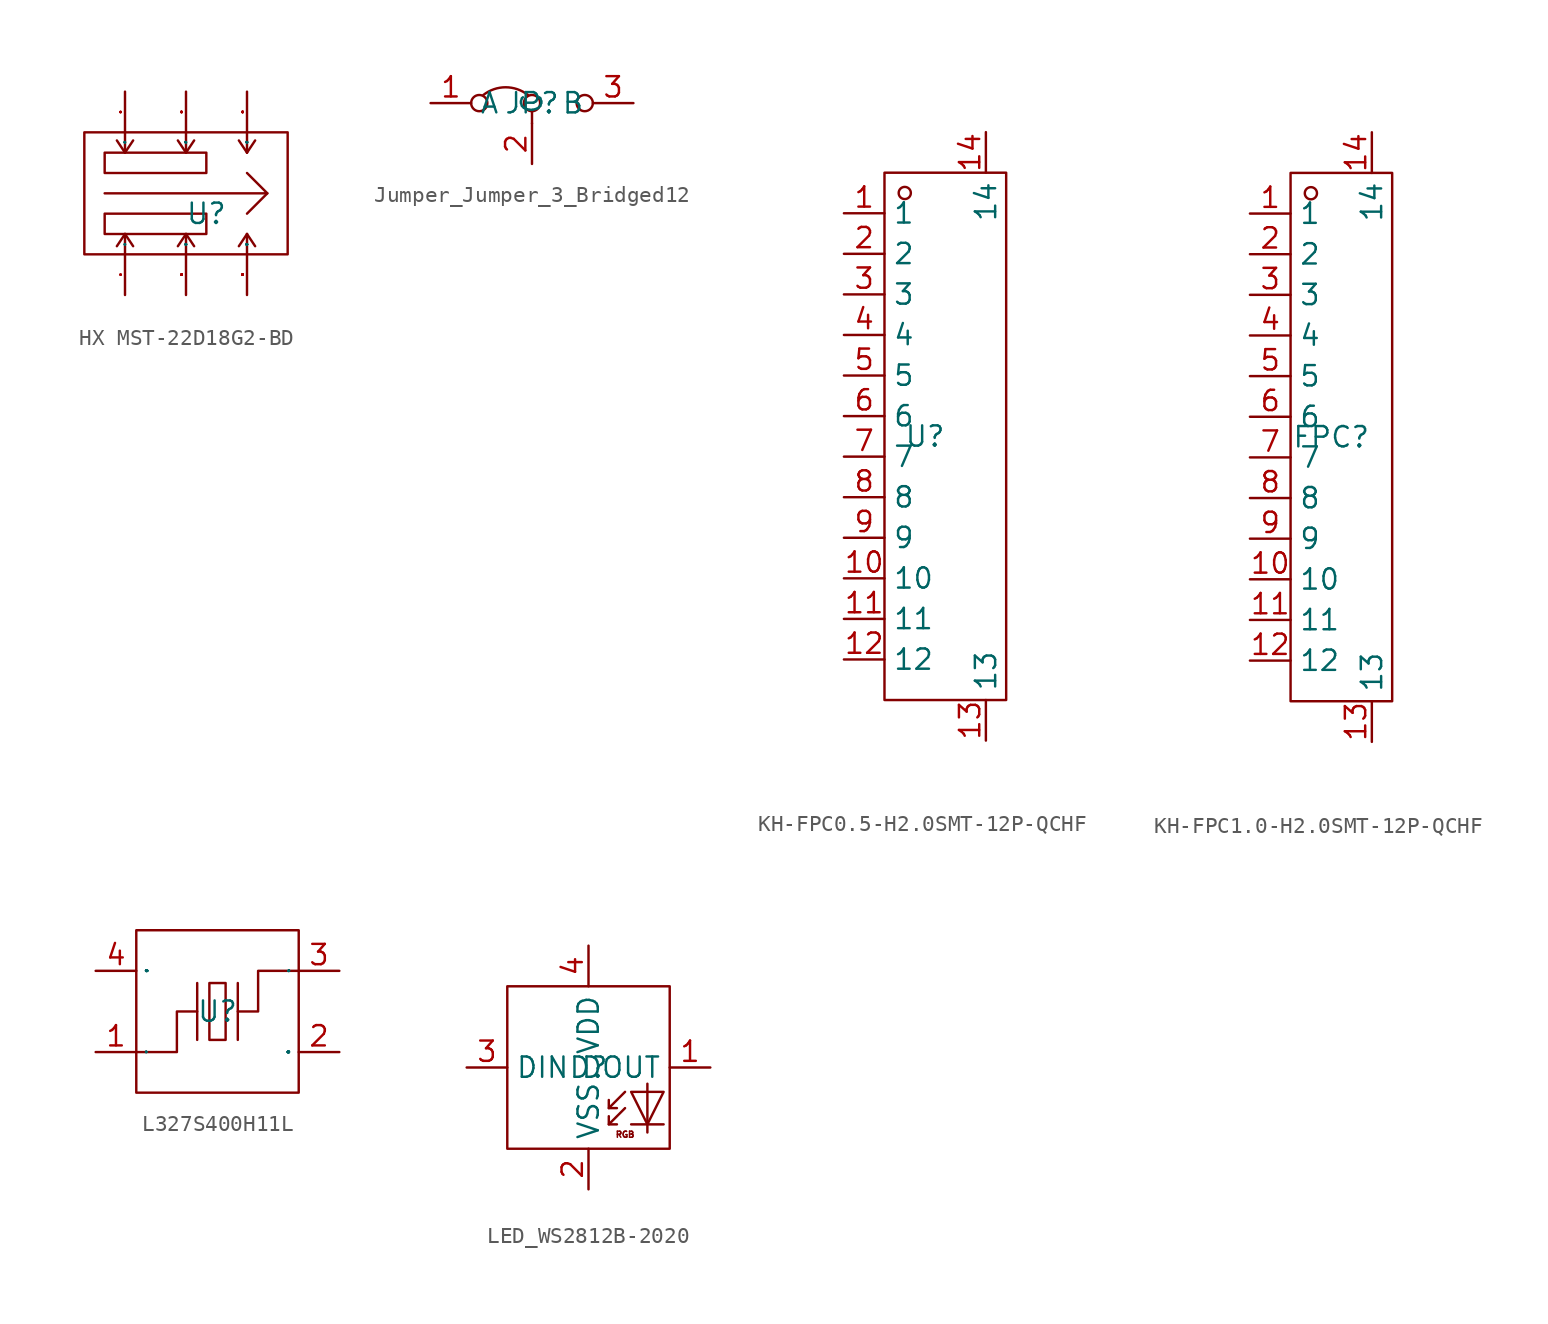
<source format=kicad_sym>
(kicad_symbol_lib
  (version 20241209)
  (generator "kicad_symbol_editor")
  (generator_version "9.0")
  (symbol "HX MST-22D18G2-BD"
    (property "Reference" "U"
      (at 0 0 0)
      (effects (font (size 1.27 1.27))))
    (property "Value" ""
      (at 0 0 0)
      (effects (font (size 1.27 1.27))))
    (symbol "HX MST-22D18G2-BD_1_0"
      (rectangle (start -7.62 -2.54) (end 5.08 5.08) (stroke (width 0) (type default)) (fill (type none)))
      (rectangle (start -6.35 2.54) (end 0 3.81) (stroke (width 0) (type default)) (fill (type none)))
      (polyline (pts (xy -6.35 1.27) (xy 3.81 1.27) (xy 3.81 1.27) (xy 2.54 2.54)) (stroke (width 0) (type default)) (fill (type none)))
      (rectangle (start -6.35 -1.27) (end 0 0) (stroke (width 0) (type default)) (fill (type none)))
      (polyline (pts (xy -5.08 5.08) (xy -5.08 3.81)) (stroke (width 0) (type default)) (fill (type none)))
      (polyline (pts (xy -5.08 3.81) (xy -5.588 4.572)) (stroke (width 0) (type default)) (fill (type none)))
      (polyline (pts (xy -5.08 3.81) (xy -4.572 4.572)) (stroke (width 0) (type default)) (fill (type none)))
      (polyline (pts (xy -5.08 -1.27) (xy -5.588 -2.032)) (stroke (width 0) (type default)) (fill (type none)))
      (polyline (pts (xy -5.08 -1.27) (xy -4.572 -2.032)) (stroke (width 0) (type default)) (fill (type none)))
      (polyline (pts (xy -5.08 -2.54) (xy -5.08 -1.27)) (stroke (width 0) (type default)) (fill (type none)))
      (polyline (pts (xy -1.27 5.08) (xy -1.27 3.81)) (stroke (width 0) (type default)) (fill (type none)))
      (polyline (pts (xy -1.27 3.81) (xy -1.778 4.572)) (stroke (width 0) (type default)) (fill (type none)))
      (polyline (pts (xy -1.27 3.81) (xy -0.762 4.572)) (stroke (width 0) (type default)) (fill (type none)))
      (polyline (pts (xy -1.27 -1.27) (xy -1.778 -2.032)) (stroke (width 0) (type default)) (fill (type none)))
      (polyline (pts (xy -1.27 -1.27) (xy -0.762 -2.032)) (stroke (width 0) (type default)) (fill (type none)))
      (polyline (pts (xy -1.27 -2.54) (xy -1.27 -1.27)) (stroke (width 0) (type default)) (fill (type none)))
      (polyline (pts (xy 2.54 5.08) (xy 2.54 3.81)) (stroke (width 0) (type default)) (fill (type none)))
      (polyline (pts (xy 2.54 3.81) (xy 2.032 4.572)) (stroke (width 0) (type default)) (fill (type none)))
      (polyline (pts (xy 2.54 3.81) (xy 3.048 4.572)) (stroke (width 0) (type default)) (fill (type none)))
      (polyline (pts (xy 2.54 -1.27) (xy 2.032 -2.032)) (stroke (width 0) (type default)) (fill (type none)))
      (polyline (pts (xy 2.54 -1.27) (xy 3.048 -2.032)) (stroke (width 0) (type default)) (fill (type none)))
      (polyline (pts (xy 2.54 -2.54) (xy 2.54 -1.27)) (stroke (width 0) (type default)) (fill (type none)))
      (polyline (pts (xy 3.81 1.27) (xy 2.54 0)) (stroke (width 0) (type default)) (fill (type none)))
      (pin unspecified line (at -5.08 7.62 270) (length 2.54) (name "1" (effects (font (size 0.025 0.025)))) (number "1" (effects (font (size 0.025 0.025)))))
      (pin unspecified line (at -5.08 -5.08 90) (length 2.54) (name "4" (effects (font (size 0.025 0.025)))) (number "4" (effects (font (size 0.025 0.025)))))
      (pin unspecified line (at -1.27 7.62 270) (length 2.54) (name "2" (effects (font (size 0.025 0.025)))) (number "2" (effects (font (size 0.025 0.025)))))
      (pin unspecified line (at -1.27 -5.08 90) (length 2.54) (name "5" (effects (font (size 0.025 0.025)))) (number "5" (effects (font (size 0.025 0.025)))))
      (pin unspecified line (at 2.54 7.62 270) (length 2.54) (name "3" (effects (font (size 0.025 0.025)))) (number "3" (effects (font (size 0.025 0.025)))))
      (pin unspecified line (at 2.54 -5.08 90) (length 2.54) (name "6" (effects (font (size 0.025 0.025)))) (number "6" (effects (font (size 0.025 0.025)))))))
  (symbol "Jumper_Jumper_3_Bridged12"
    (property "Reference" "JP"
      (at 0 0 0)
      (effects (font (size 1.27 1.27))))
    (symbol "Jumper_Jumper_3_Bridged12_1_0"
      (circle (center -3.302 0) (radius 0.508) (stroke (width 0) (type default)) (fill (type none)))
      (arc (start -3.048 0.508) (mid -1.651 0.9906) (end -0.254 0.508) (stroke (width 0) (type default)) (fill (type none)))
      (circle (center 0 0) (radius 0.508) (stroke (width 0) (type default)) (fill (type none)))
      (polyline (pts (xy 0 -1.27) (xy 0 -0.508)) (stroke (width 0) (type default)) (fill (type none)))
      (circle (center 3.302 0) (radius 0.508) (stroke (width 0) (type default)) (fill (type none)))
      (pin unspecified line (at -6.35 0 0) (length 2.54) (name "A" (effects (font (size 1.27 1.27)))) (number "1" (effects (font (size 1.27 1.27)))))
      (pin unspecified line (at 0 -3.81 90) (length 2.54) (name "C" (effects (font (size 1.27 1.27)))) (number "2" (effects (font (size 1.27 1.27)))))
      (pin unspecified line (at 6.35 0 180) (length 2.54) (name "B" (effects (font (size 1.27 1.27)))) (number "3" (effects (font (size 1.27 1.27)))))))
  (symbol "KH-FPC0.5-H2.0SMT-12P-QCHF"
    (property "Reference" "U"
      (at 0 0 0)
      (effects (font (size 1.27 1.27))))
    (property "Value" ""
      (at 0 0 0)
      (effects (font (size 1.27 1.27))))
    (symbol "KH-FPC0.5-H2.0SMT-12P-QCHF_1_0"
      (rectangle (start -2.54 -16.51) (end 5.08 16.51) (stroke (width 0) (type default)) (fill (type none)))
      (circle (center -1.27 15.24) (radius 0.381) (stroke (width 0) (type default)) (fill (type none)))
      (pin unspecified line (at -5.08 13.97 0) (length 2.54) (name "1" (effects (font (size 1.27 1.27)))) (number "1" (effects (font (size 1.27 1.27)))))
      (pin unspecified line (at -5.08 11.43 0) (length 2.54) (name "2" (effects (font (size 1.27 1.27)))) (number "2" (effects (font (size 1.27 1.27)))))
      (pin unspecified line (at -5.08 8.89 0) (length 2.54) (name "3" (effects (font (size 1.27 1.27)))) (number "3" (effects (font (size 1.27 1.27)))))
      (pin unspecified line (at -5.08 6.35 0) (length 2.54) (name "4" (effects (font (size 1.27 1.27)))) (number "4" (effects (font (size 1.27 1.27)))))
      (pin unspecified line (at -5.08 3.81 0) (length 2.54) (name "5" (effects (font (size 1.27 1.27)))) (number "5" (effects (font (size 1.27 1.27)))))
      (pin unspecified line (at -5.08 1.27 0) (length 2.54) (name "6" (effects (font (size 1.27 1.27)))) (number "6" (effects (font (size 1.27 1.27)))))
      (pin unspecified line (at -5.08 -1.27 0) (length 2.54) (name "7" (effects (font (size 1.27 1.27)))) (number "7" (effects (font (size 1.27 1.27)))))
      (pin unspecified line (at -5.08 -3.81 0) (length 2.54) (name "8" (effects (font (size 1.27 1.27)))) (number "8" (effects (font (size 1.27 1.27)))))
      (pin unspecified line (at -5.08 -6.35 0) (length 2.54) (name "9" (effects (font (size 1.27 1.27)))) (number "9" (effects (font (size 1.27 1.27)))))
      (pin unspecified line (at -5.08 -8.89 0) (length 2.54) (name "10" (effects (font (size 1.27 1.27)))) (number "10" (effects (font (size 1.27 1.27)))))
      (pin unspecified line (at -5.08 -11.43 0) (length 2.54) (name "11" (effects (font (size 1.27 1.27)))) (number "11" (effects (font (size 1.27 1.27)))))
      (pin unspecified line (at -5.08 -13.97 0) (length 2.54) (name "12" (effects (font (size 1.27 1.27)))) (number "12" (effects (font (size 1.27 1.27)))))
      (pin unspecified line (at 3.81 19.05 270) (length 2.54) (name "14" (effects (font (size 1.27 1.27)))) (number "14" (effects (font (size 1.27 1.27)))))
      (pin unspecified line (at 3.81 -19.05 90) (length 2.54) (name "13" (effects (font (size 1.27 1.27)))) (number "13" (effects (font (size 1.27 1.27)))))))
  (symbol "KH-FPC1.0-H2.0SMT-12P-QCHF"
    (property "Reference" "FPC"
      (at 0 0 0)
      (effects (font (size 1.27 1.27))))
    (property "Value" ""
      (at 0 0 0)
      (effects (font (size 1.27 1.27))))
    (symbol "KH-FPC1.0-H2.0SMT-12P-QCHF_1_0"
      (rectangle (start -2.54 -16.51) (end 3.81 16.51) (stroke (width 0) (type default)) (fill (type none)))
      (circle (center -1.27 15.24) (radius 0.381) (stroke (width 0) (type default)) (fill (type none)))
      (pin unspecified line (at -5.08 13.97 0) (length 2.54) (name "1" (effects (font (size 1.27 1.27)))) (number "1" (effects (font (size 1.27 1.27)))))
      (pin unspecified line (at -5.08 11.43 0) (length 2.54) (name "2" (effects (font (size 1.27 1.27)))) (number "2" (effects (font (size 1.27 1.27)))))
      (pin unspecified line (at -5.08 8.89 0) (length 2.54) (name "3" (effects (font (size 1.27 1.27)))) (number "3" (effects (font (size 1.27 1.27)))))
      (pin unspecified line (at -5.08 6.35 0) (length 2.54) (name "4" (effects (font (size 1.27 1.27)))) (number "4" (effects (font (size 1.27 1.27)))))
      (pin unspecified line (at -5.08 3.81 0) (length 2.54) (name "5" (effects (font (size 1.27 1.27)))) (number "5" (effects (font (size 1.27 1.27)))))
      (pin unspecified line (at -5.08 1.27 0) (length 2.54) (name "6" (effects (font (size 1.27 1.27)))) (number "6" (effects (font (size 1.27 1.27)))))
      (pin unspecified line (at -5.08 -1.27 0) (length 2.54) (name "7" (effects (font (size 1.27 1.27)))) (number "7" (effects (font (size 1.27 1.27)))))
      (pin unspecified line (at -5.08 -3.81 0) (length 2.54) (name "8" (effects (font (size 1.27 1.27)))) (number "8" (effects (font (size 1.27 1.27)))))
      (pin unspecified line (at -5.08 -6.35 0) (length 2.54) (name "9" (effects (font (size 1.27 1.27)))) (number "9" (effects (font (size 1.27 1.27)))))
      (pin unspecified line (at -5.08 -8.89 0) (length 2.54) (name "10" (effects (font (size 1.27 1.27)))) (number "10" (effects (font (size 1.27 1.27)))))
      (pin unspecified line (at -5.08 -11.43 0) (length 2.54) (name "11" (effects (font (size 1.27 1.27)))) (number "11" (effects (font (size 1.27 1.27)))))
      (pin unspecified line (at -5.08 -13.97 0) (length 2.54) (name "12" (effects (font (size 1.27 1.27)))) (number "12" (effects (font (size 1.27 1.27)))))
      (pin unspecified line (at 2.54 19.05 270) (length 2.54) (name "14" (effects (font (size 1.27 1.27)))) (number "14" (effects (font (size 1.27 1.27)))))
      (pin unspecified line (at 2.54 -19.05 90) (length 2.54) (name "13" (effects (font (size 1.27 1.27)))) (number "13" (effects (font (size 1.27 1.27)))))))
  (symbol "L327S400H11L"
    (property "Reference" "U"
      (at 0 0 0)
      (effects (font (size 1.27 1.27))))
    (symbol "L327S400H11L_1_0"
      (rectangle (start -5.08 5.08) (end 5.08 -5.08) (stroke (width 0) (type default)) (fill (type none)))
      (polyline (pts (xy -5.08 -2.54) (xy -2.54 -2.54) (xy -2.54 -2.54) (xy -2.54 0) (xy -2.54 0) (xy -1.27 0)) (stroke (width 0) (type default)) (fill (type none)))
      (polyline (pts (xy -1.27 -1.778) (xy -1.27 1.778)) (stroke (width 0) (type default)) (fill (type none)))
      (rectangle (start -0.508 1.778) (end 0.508 -1.778) (stroke (width 0) (type default)) (fill (type none)))
      (polyline (pts (xy 1.27 -1.778) (xy 1.27 1.778)) (stroke (width 0) (type default)) (fill (type none)))
      (polyline (pts (xy 5.08 2.54) (xy 2.54 2.54) (xy 2.54 2.54) (xy 2.54 0) (xy 2.54 0) (xy 1.27 0)) (stroke (width 0) (type default)) (fill (type none)))
      (pin input line (at -7.62 2.54 0) (length 2.54) (name "GND" (effects (font (size 0.025 0.025)))) (number "4" (effects (font (size 1.27 1.27)))))
      (pin input line (at -7.62 -2.54 0) (length 2.54) (name "1" (effects (font (size 0.025 0.025)))) (number "1" (effects (font (size 1.27 1.27)))))
      (pin input line (at 7.62 2.54 180) (length 2.54) (name "3" (effects (font (size 0.025 0.025)))) (number "3" (effects (font (size 1.27 1.27)))))
      (pin input line (at 7.62 -2.54 180) (length 2.54) (name "GND" (effects (font (size 0.025 0.025)))) (number "2" (effects (font (size 1.27 1.27)))))))
  (symbol "LED_WS2812B-2020"
    (property "Reference" "D"
      (at 0 0 0)
      (effects (font (size 1.27 1.27))))
    (symbol "LED_WS2812B-2020_1_0"
      (rectangle (start -5.08 5.08) (end 5.08 -5.08) (stroke (width 0) (type default)) (fill (type none)))
      (polyline (pts (xy 1.27 -2.54) (xy 1.778 -2.54)) (stroke (width 0) (type default)) (fill (type none)))
      (polyline (pts (xy 1.27 -3.556) (xy 1.778 -3.556)) (stroke (width 0) (type default)) (fill (type none)))
      (polyline (pts (xy 2.286 -1.524) (xy 1.27 -2.54) (xy 1.27 -2.54) (xy 1.27 -2.032)) (stroke (width 0) (type default)) (fill (type none)))
      (polyline (pts (xy 2.286 -2.54) (xy 1.27 -3.556) (xy 1.27 -3.556) (xy 1.27 -3.048)) (stroke (width 0) (type default)) (fill (type none)))
      (polyline (pts (xy 3.683 -1.016) (xy 3.683 -3.556) (xy 3.683 -3.556) (xy 3.683 -4.064)) (stroke (width 0) (type default)) (fill (type none)))
      (polyline (pts (xy 4.699 -1.524) (xy 2.667 -1.524) (xy 2.667 -1.524) (xy 3.683 -3.556) (xy 3.683 -3.556) (xy 4.699 -1.524)) (stroke (width 0) (type default)) (fill (type none)))
      (polyline (pts (xy 4.699 -3.556) (xy 2.667 -3.556)) (stroke (width 0) (type default)) (fill (type none)))
      (text "RGB" (at 2.286 -4.191 0) (effects (font (size 0.381 0.381))))
      (pin input line (at -7.62 0 0) (length 2.54) (name "DIN" (effects (font (size 1.27 1.27)))) (number "3" (effects (font (size 1.27 1.27)))))
      (pin unspecified line (at 0 7.62 270) (length 2.54) (name "VDD" (effects (font (size 1.27 1.27)))) (number "4" (effects (font (size 1.27 1.27)))))
      (pin unspecified line (at 0 -7.62 90) (length 2.54) (name "VSS" (effects (font (size 1.27 1.27)))) (number "2" (effects (font (size 1.27 1.27)))))
      (pin output line (at 7.62 0 180) (length 2.54) (name "DOUT" (effects (font (size 1.27 1.27)))) (number "1" (effects (font (size 1.27 1.27))))))))
</source>
